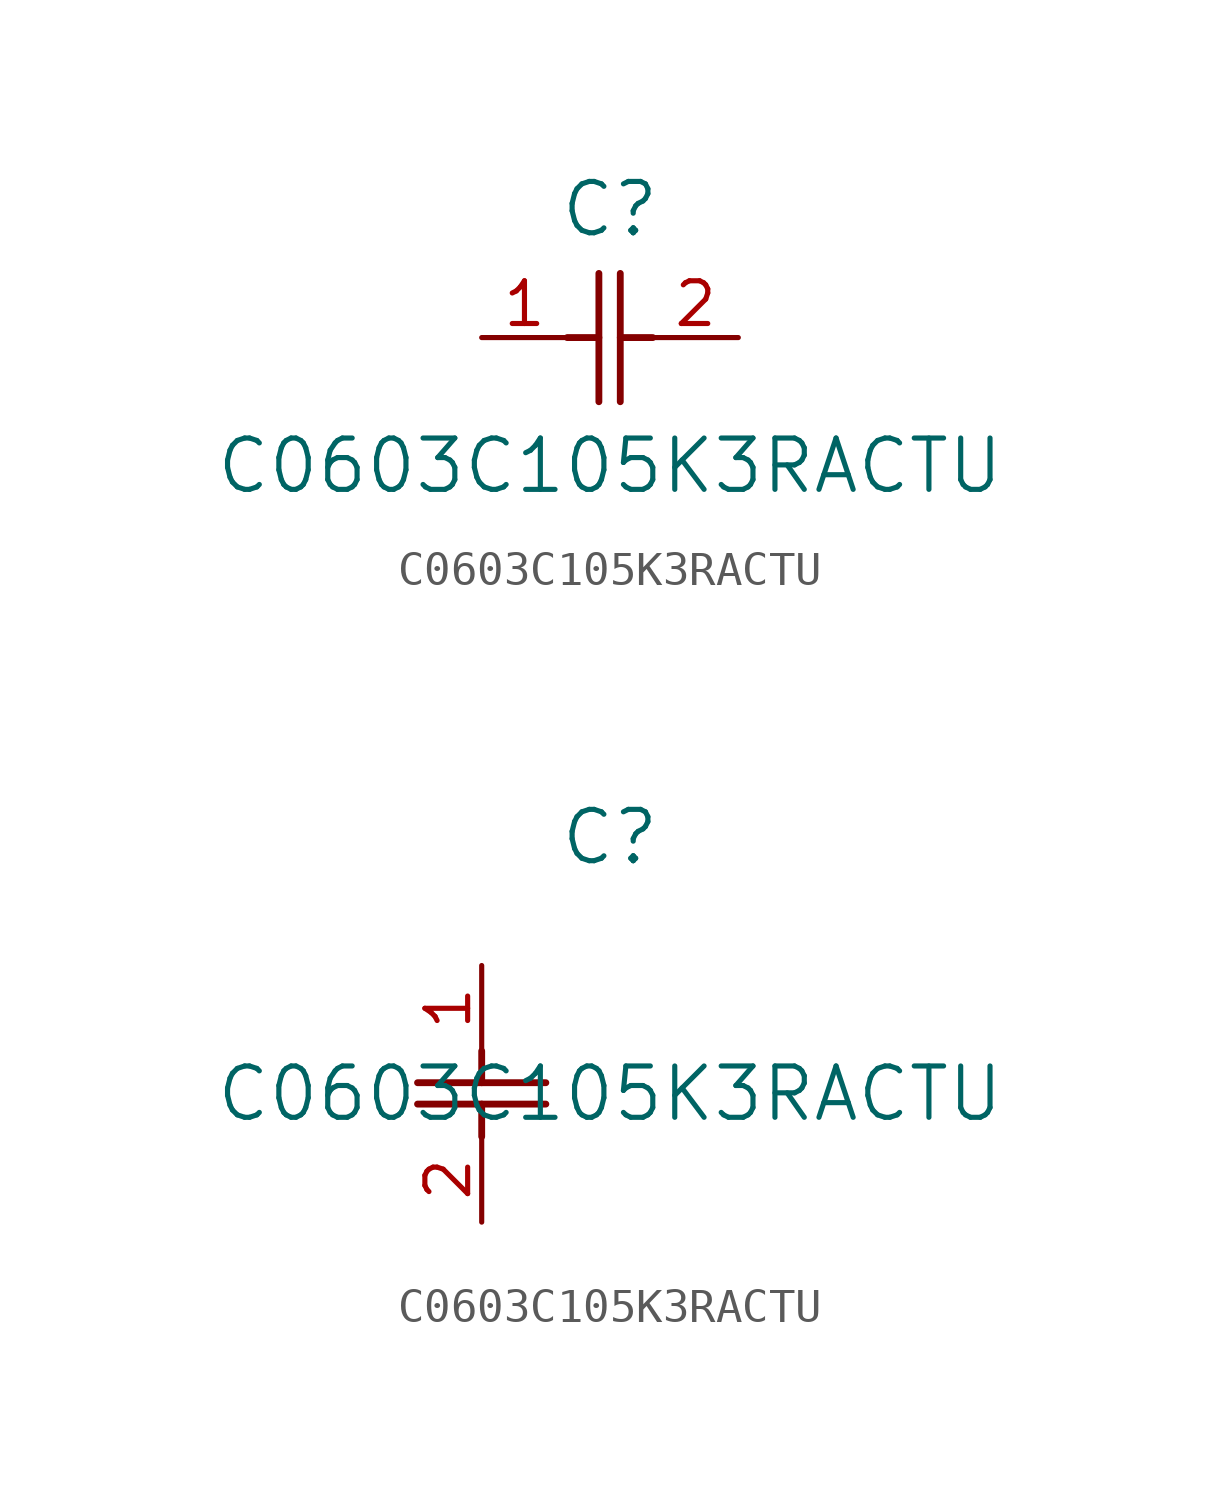
<source format=kicad_sym>
(kicad_symbol_lib
  (version 20211014)
  (generator kicad_symbol_editor)
  (symbol "C0603C105K3RACTU"
    (pin_names
      (offset 0.254))
    (property "Reference" "C"
      (at 3.81 3.81 0)
      (effects (font (size 1.524 1.524))))
    (property "Value" "C0603C105K3RACTU"
      (at 3.81 -3.81 0)
      (effects (font (size 1.524 1.524))))
    (symbol "C0603C105K3RACTU_1_1"
      (polyline (pts (xy 3.48 -1.905) (xy 3.48 1.905)) (stroke (width 0.203) (type default) (color 0 0 0 0)) (fill (type none)))
      (polyline (pts (xy 4.115 -1.905) (xy 4.115 1.905)) (stroke (width 0.203) (type default) (color 0 0 0 0)) (fill (type none)))
      (polyline (pts (xy 4.115 0) (xy 5.08 0)) (stroke (width 0.203) (type default) (color 0 0 0 0)) (fill (type none)))
      (polyline (pts (xy 2.54 0) (xy 3.48 0)) (stroke (width 0.203) (type default) (color 0 0 0 0)) (fill (type none)))
      (pin unspecified line (at 0 0 0) (length 2.54) (name "" (effects (font (size 1.27 1.27)))) (number "1" (effects (font (size 1.27 1.27)))))
      (pin unspecified line (at 7.62 0 180) (length 2.54) (name "" (effects (font (size 1.27 1.27)))) (number "2" (effects (font (size 1.27 1.27))))))
    (symbol "C0603C105K3RACTU_1_2"
      (polyline (pts (xy -1.905 -3.48) (xy 1.905 -3.48)) (stroke (width 0.203) (type default) (color 0 0 0 0)) (fill (type none)))
      (polyline (pts (xy -1.905 -4.115) (xy 1.905 -4.115)) (stroke (width 0.203) (type default) (color 0 0 0 0)) (fill (type none)))
      (polyline (pts (xy 0 -4.115) (xy 0 -5.08)) (stroke (width 0.203) (type default) (color 0 0 0 0)) (fill (type none)))
      (polyline (pts (xy 0 -2.54) (xy 0 -3.48)) (stroke (width 0.203) (type default) (color 0 0 0 0)) (fill (type none)))
      (pin unspecified line (at 0 0 270) (length 2.54) (name "" (effects (font (size 1.27 1.27)))) (number "1" (effects (font (size 1.27 1.27)))))
      (pin unspecified line (at 0 -7.62 90) (length 2.54) (name "" (effects (font (size 1.27 1.27)))) (number "2" (effects (font (size 1.27 1.27))))))))
</source>
